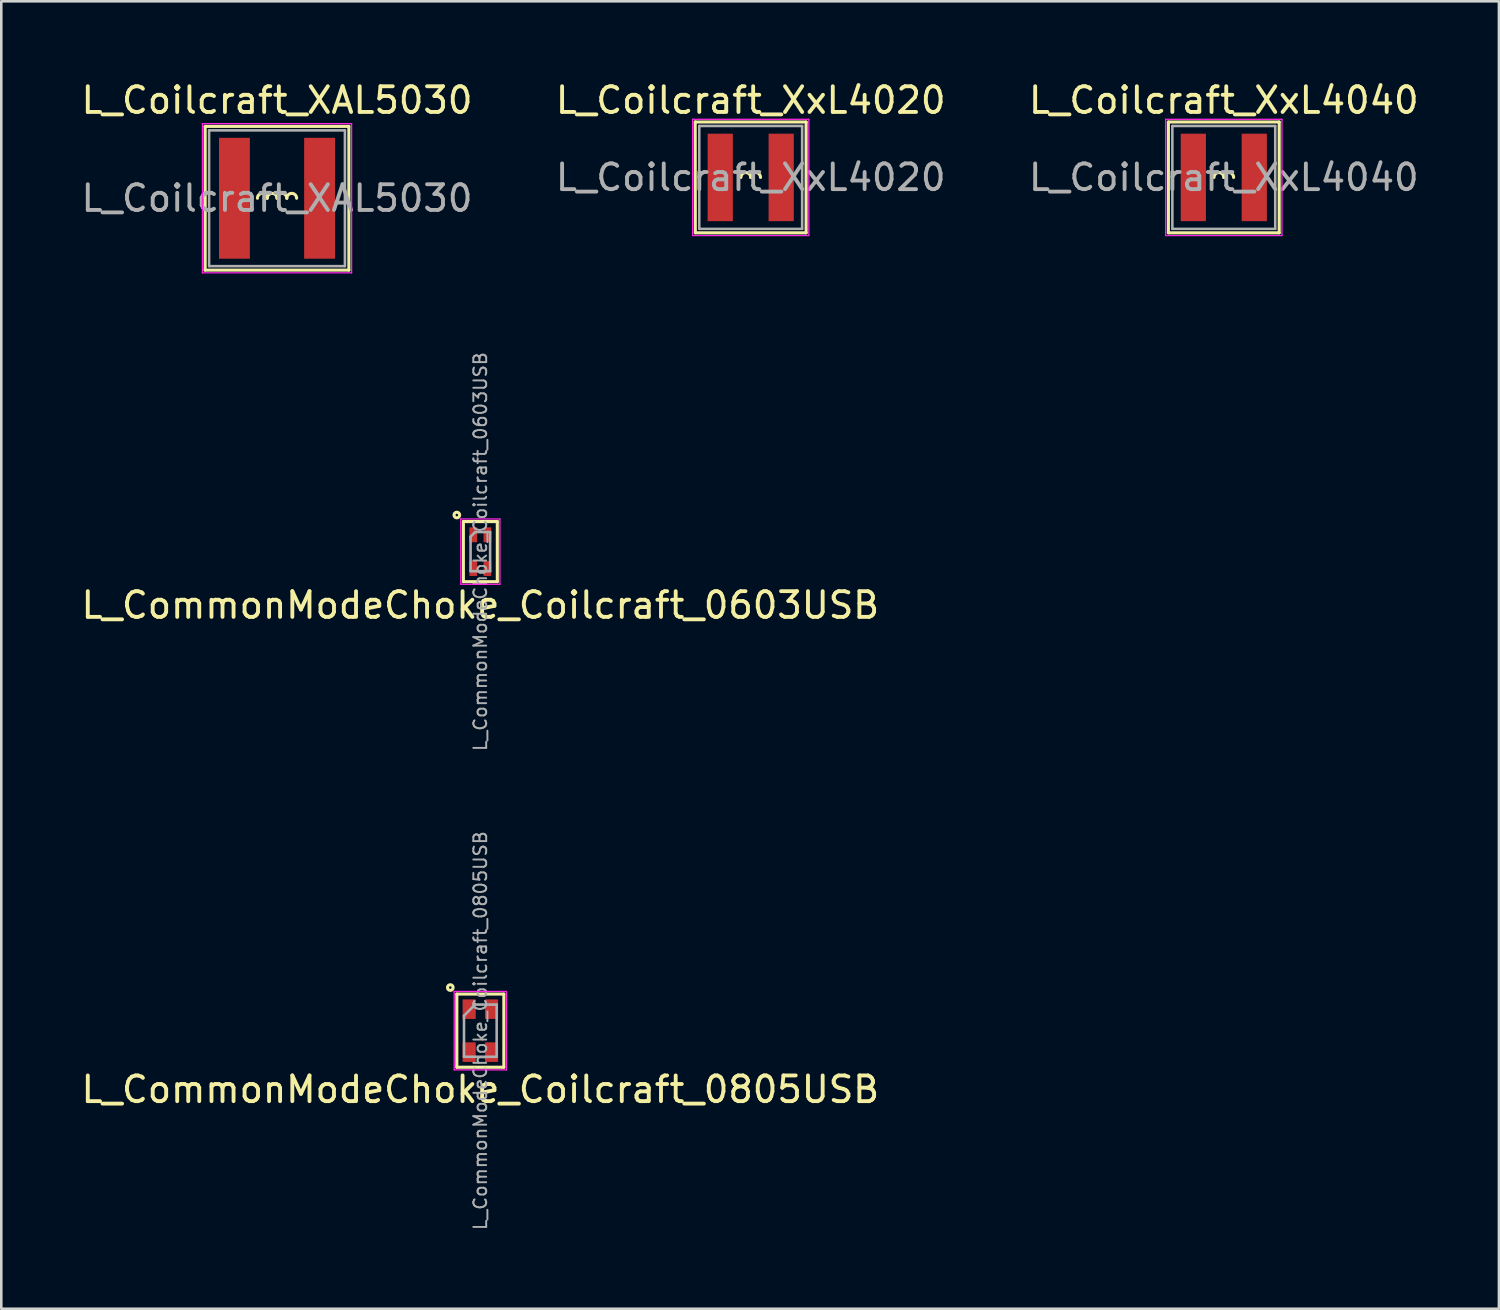
<source format=kicad_pcb>
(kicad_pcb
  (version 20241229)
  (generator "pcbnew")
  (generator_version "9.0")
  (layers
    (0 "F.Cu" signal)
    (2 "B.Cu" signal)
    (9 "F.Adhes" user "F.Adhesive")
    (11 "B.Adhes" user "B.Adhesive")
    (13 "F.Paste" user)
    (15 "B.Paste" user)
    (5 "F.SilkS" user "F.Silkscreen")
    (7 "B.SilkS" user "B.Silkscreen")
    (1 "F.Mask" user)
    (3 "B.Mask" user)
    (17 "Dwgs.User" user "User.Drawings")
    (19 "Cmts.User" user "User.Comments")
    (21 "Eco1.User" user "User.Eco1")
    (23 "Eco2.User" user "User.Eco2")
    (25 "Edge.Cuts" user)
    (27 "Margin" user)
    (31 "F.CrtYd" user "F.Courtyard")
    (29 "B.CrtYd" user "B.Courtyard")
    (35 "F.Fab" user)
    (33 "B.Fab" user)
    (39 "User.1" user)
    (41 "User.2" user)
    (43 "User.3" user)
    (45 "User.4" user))
  (footprint "L_Coilcraft_XxL4040"
    (layer "F.Cu")
    (at 44.53 3.848)
    (property "Reference" "L_Coilcraft_XxL4040" (at 0 -3 0) (layer "F.SilkS") (effects (font (size 1 1) (thickness 0.15))))
    (attr smd)
    (fp_line (start -2.154 -2.154) (end -2.154 2.154) (stroke (width 0.12) (type solid)) (layer "F.SilkS"))
    (fp_line (start -2.154 -2.154) (end 2.154 -2.154) (stroke (width 0.12) (type solid)) (layer "F.SilkS"))
    (fp_line (start 2.154 2.154) (end -2.154 2.154) (stroke (width 0.12) (type solid)) (layer "F.SilkS"))
    (fp_line (start 2.154 2.154) (end 2.154 -2.154) (stroke (width 0.12) (type solid)) (layer "F.SilkS"))
    (fp_arc (start -0.381 0) (mid -0.1905 -0.1905) (end 0 0) (stroke (width 0.12) (type solid)) (layer "F.SilkS"))
    (fp_arc (start 0 0) (mid 0.1905 -0.1905) (end 0.381 0) (stroke (width 0.12) (type solid)) (layer "F.SilkS"))
    (fp_line (start -2.26 -2.26) (end 2.26 -2.26) (stroke (width 0.05) (type solid)) (layer "F.CrtYd"))
    (fp_line (start -2.26 2.26) (end -2.26 -2.26) (stroke (width 0.05) (type solid)) (layer "F.CrtYd"))
    (fp_line (start 2.26 -2.26) (end 2.26 2.26) (stroke (width 0.05) (type solid)) (layer "F.CrtYd"))
    (fp_line (start 2.26 2.26) (end -2.26 2.26) (stroke (width 0.05) (type solid)) (layer "F.CrtYd"))
    (fp_line (start -2 -2) (end 2 -2) (stroke (width 0.1) (type solid)) (layer "F.Fab"))
    (fp_line (start -2 2) (end -2 -2) (stroke (width 0.1) (type solid)) (layer "F.Fab"))
    (fp_line (start 2 -2) (end 2 2) (stroke (width 0.1) (type solid)) (layer "F.Fab"))
    (fp_line (start 2 2) (end -2 2) (stroke (width 0.1) (type solid)) (layer "F.Fab"))
    (fp_text user "${REFERENCE}" (at 0 0 0) (layer "F.Fab") (effects (font (size 1 1) (thickness 0.15))))
    (pad "1" smd rect (at -1.185 0) (size 0.98 3.4) (layers "F.Cu" "F.Mask" "F.Paste"))
    (pad "2" smd rect (at 1.185 0) (size 0.98 3.4) (layers "F.Cu" "F.Mask" "F.Paste")))
  (footprint "L_Coilcraft_XxL4020"
    (layer "F.Cu")
    (at 26.137 3.848)
    (property "Reference" "L_Coilcraft_XxL4020" (at 0 -3 0) (layer "F.SilkS") (effects (font (size 1 1) (thickness 0.15))))
    (attr smd)
    (fp_line (start -2.159 -2.159) (end -2.154 2.154) (stroke (width 0.12) (type solid)) (layer "F.SilkS"))
    (fp_line (start -2.154 -2.154) (end 2.154 -2.154) (stroke (width 0.12) (type solid)) (layer "F.SilkS"))
    (fp_line (start 2.154 2.154) (end -2.154 2.154) (stroke (width 0.12) (type solid)) (layer "F.SilkS"))
    (fp_line (start 2.154 2.154) (end 2.154 -2.154) (stroke (width 0.12) (type solid)) (layer "F.SilkS"))
    (fp_arc (start -0.381 0) (mid -0.1905 -0.1905) (end 0 0) (stroke (width 0.12) (type solid)) (layer "F.SilkS"))
    (fp_arc (start 0 0) (mid 0.1905 -0.1905) (end 0.381 0) (stroke (width 0.12) (type solid)) (layer "F.SilkS"))
    (fp_line (start -2.26 -2.26) (end 2.26 -2.26) (stroke (width 0.05) (type solid)) (layer "F.CrtYd"))
    (fp_line (start -2.26 2.26) (end -2.26 -2.26) (stroke (width 0.05) (type solid)) (layer "F.CrtYd"))
    (fp_line (start 2.26 -2.26) (end 2.26 2.26) (stroke (width 0.05) (type solid)) (layer "F.CrtYd"))
    (fp_line (start 2.26 2.26) (end -2.26 2.26) (stroke (width 0.05) (type solid)) (layer "F.CrtYd"))
    (fp_line (start -2 -2) (end 2 -2) (stroke (width 0.1) (type solid)) (layer "F.Fab"))
    (fp_line (start -2 2) (end -2 -2) (stroke (width 0.1) (type solid)) (layer "F.Fab"))
    (fp_line (start 2 -2) (end 2 2) (stroke (width 0.1) (type solid)) (layer "F.Fab"))
    (fp_line (start 2 2) (end -2 2) (stroke (width 0.1) (type solid)) (layer "F.Fab"))
    (fp_text user "${REFERENCE}" (at 0 0 0) (layer "F.Fab") (effects (font (size 1 1) (thickness 0.15))))
    (pad "1" smd rect (at -1.185 0) (size 0.98 3.4) (layers "F.Cu" "F.Mask" "F.Paste"))
    (pad "2" smd rect (at 1.185 0) (size 0.98 3.4) (layers "F.Cu" "F.Mask" "F.Paste")))
  (footprint "L_CommonModeChoke_Coilcraft_0805USB"
    (layer "F.Cu")
    (at 15.625 37.021)
    (property "Reference" "L_CommonModeChoke_Coilcraft_0805USB" (at 0 2.286 0) (layer "F.SilkS") (effects (font (size 1 1) (thickness 0.15))))
    (attr smd)
    (fp_line (start -0.914 -1.422) (end 0.914 -1.422) (stroke (width 0.12) (type solid)) (layer "F.SilkS"))
    (fp_line (start -0.914 1.422) (end -0.914 -1.422) (stroke (width 0.12) (type solid)) (layer "F.SilkS"))
    (fp_line (start 0.914 -1.422) (end 0.914 1.422) (stroke (width 0.12) (type solid)) (layer "F.SilkS"))
    (fp_line (start 0.914 1.422) (end -0.914 1.422) (stroke (width 0.12) (type solid)) (layer "F.SilkS"))
    (fp_circle (center -1.168 -1.676) (end -1.118 -1.676) (stroke (width 0.12) (type solid)) (fill no) (layer "F.SilkS"))
    (fp_line (start -1.016 -1.524) (end 1.016 -1.524) (stroke (width 0.05) (type solid)) (layer "F.CrtYd"))
    (fp_line (start -1.016 1.524) (end -1.016 -1.524) (stroke (width 0.05) (type solid)) (layer "F.CrtYd"))
    (fp_line (start -1.016 1.524) (end 1.016 1.524) (stroke (width 0.05) (type solid)) (layer "F.CrtYd"))
    (fp_line (start 1.016 1.524) (end 1.016 -1.524) (stroke (width 0.05) (type solid)) (layer "F.CrtYd"))
    (fp_line (start -0.635 -0.58) (end -0.635 1.015) (stroke (width 0.1) (type solid)) (layer "F.Fab"))
    (fp_line (start -0.635 -0.58) (end -0.205 -1.015) (stroke (width 0.1) (type solid)) (layer "F.Fab"))
    (fp_line (start -0.635 1.015) (end 0.635 1.015) (stroke (width 0.1) (type solid)) (layer "F.Fab"))
    (fp_line (start -0.205 -1.015) (end 0.635 -1.015) (stroke (width 0.1) (type solid)) (layer "F.Fab"))
    (fp_line (start 0.635 -1.015) (end 0.635 1.015) (stroke (width 0.1) (type solid)) (layer "F.Fab"))
    (fp_text user "${REFERENCE}" (at 0 0 90) (layer "F.Fab") (effects (font (size 0.5 0.5) (thickness 0.075))))
    (pad "1" smd roundrect (at -0.435 -0.835) (size 0.51 0.76) (layers "F.Cu" "F.Mask" "F.Paste") (roundrect_rratio 0.05))
    (pad "2" smd roundrect (at -0.435 0.835) (size 0.51 0.76) (layers "F.Cu" "F.Mask" "F.Paste") (roundrect_rratio 0.05))
    (pad "3" smd roundrect (at 0.435 0.835) (size 0.51 0.76) (layers "F.Cu" "F.Mask" "F.Paste") (roundrect_rratio 0.05))
    (pad "4" smd roundrect (at 0.435 -0.835) (size 0.51 0.76) (layers "F.Cu" "F.Mask" "F.Paste") (roundrect_rratio 0.05)))
  (footprint "L_Coilcraft_XAL5030"
    (layer "F.Cu")
    (at 7.72 4.658)
    (property "Reference" "L_Coilcraft_XAL5030" (at 0 -3.81 0) (layer "F.SilkS") (effects (font (size 1 1) (thickness 0.15))))
    (attr smd)
    (fp_line (start -2.794 -2.794) (end -2.794 2.794) (stroke (width 0.12) (type solid)) (layer "F.SilkS"))
    (fp_line (start -2.794 -2.794) (end 2.794 -2.794) (stroke (width 0.12) (type solid)) (layer "F.SilkS"))
    (fp_line (start 2.794 2.794) (end -2.794 2.794) (stroke (width 0.12) (type solid)) (layer "F.SilkS"))
    (fp_line (start 2.794 2.794) (end 2.794 -2.794) (stroke (width 0.12) (type solid)) (layer "F.SilkS"))
    (fp_arc (start -0.762 0) (mid -0.5715 -0.1905) (end -0.381 0) (stroke (width 0.12) (type solid)) (layer "F.SilkS"))
    (fp_arc (start -0.381 0) (mid -0.1905 -0.1905) (end 0 0) (stroke (width 0.12) (type solid)) (layer "F.SilkS"))
    (fp_arc (start 0 0) (mid 0.1905 -0.1905) (end 0.381 0) (stroke (width 0.12) (type solid)) (layer "F.SilkS"))
    (fp_arc (start 0.381 0) (mid 0.5715 -0.1905) (end 0.762 0) (stroke (width 0.12) (type solid)) (layer "F.SilkS"))
    (fp_line (start -2.9 -2.9) (end 2.9 -2.9) (stroke (width 0.05) (type solid)) (layer "F.CrtYd"))
    (fp_line (start -2.9 2.9) (end -2.9 -2.9) (stroke (width 0.05) (type solid)) (layer "F.CrtYd"))
    (fp_line (start 2.9 -2.9) (end 2.9 2.9) (stroke (width 0.05) (type solid)) (layer "F.CrtYd"))
    (fp_line (start 2.9 2.9) (end -2.9 2.9) (stroke (width 0.05) (type solid)) (layer "F.CrtYd"))
    (fp_line (start -2.64 -2.64) (end 2.64 -2.64) (stroke (width 0.1) (type solid)) (layer "F.Fab"))
    (fp_line (start -2.64 2.64) (end -2.64 -2.64) (stroke (width 0.1) (type solid)) (layer "F.Fab"))
    (fp_line (start 2.64 -2.64) (end 2.64 2.64) (stroke (width 0.1) (type solid)) (layer "F.Fab"))
    (fp_line (start 2.64 2.64) (end -2.64 2.64) (stroke (width 0.1) (type solid)) (layer "F.Fab"))
    (fp_text user "${REFERENCE}" (at 0 0 0) (layer "F.Fab") (effects (font (size 1 1) (thickness 0.15))))
    (pad "1" smd rect (at -1.655 0) (size 1.2 4.7) (layers "F.Cu" "F.Mask" "F.Paste"))
    (pad "2" smd rect (at 1.655 0) (size 1.2 4.7) (layers "F.Cu" "F.Mask" "F.Paste")))
  (footprint "L_CommonModeChoke_Coilcraft_0603USB"
    (layer "F.Cu")
    (at 15.625 18.396)
    (property "Reference" "L_CommonModeChoke_Coilcraft_0603USB" (at 0 2.083 0) (layer "F.SilkS") (effects (font (size 1 1) (thickness 0.15))))
    (attr smd)
    (fp_line (start -0.66 -1.168) (end 0.66 -1.168) (stroke (width 0.12) (type solid)) (layer "F.SilkS"))
    (fp_line (start -0.66 1.168) (end -0.66 -1.168) (stroke (width 0.12) (type solid)) (layer "F.SilkS"))
    (fp_line (start 0.66 -1.168) (end 0.66 1.168) (stroke (width 0.12) (type solid)) (layer "F.SilkS"))
    (fp_line (start 0.66 1.168) (end -0.66 1.168) (stroke (width 0.12) (type solid)) (layer "F.SilkS"))
    (fp_circle (center -0.914 -1.422) (end -0.864 -1.422) (stroke (width 0.12) (type solid)) (fill no) (layer "F.SilkS"))
    (fp_line (start -0.762 -1.27) (end 0.762 -1.27) (stroke (width 0.05) (type solid)) (layer "F.CrtYd"))
    (fp_line (start -0.762 1.27) (end -0.762 -1.27) (stroke (width 0.05) (type solid)) (layer "F.CrtYd"))
    (fp_line (start -0.762 1.27) (end 0.762 1.27) (stroke (width 0.05) (type solid)) (layer "F.CrtYd"))
    (fp_line (start 0.762 1.27) (end 0.762 -1.27) (stroke (width 0.05) (type solid)) (layer "F.CrtYd"))
    (fp_line (start -0.38 -0.58) (end -0.38 0.76) (stroke (width 0.1) (type solid)) (layer "F.Fab"))
    (fp_line (start -0.38 -0.58) (end -0.2 -0.76) (stroke (width 0.1) (type solid)) (layer "F.Fab"))
    (fp_line (start -0.38 0.76) (end 0.38 0.76) (stroke (width 0.1) (type solid)) (layer "F.Fab"))
    (fp_line (start -0.2 -0.76) (end 0.38 -0.76) (stroke (width 0.1) (type solid)) (layer "F.Fab"))
    (fp_line (start 0.38 -0.76) (end 0.38 0.76) (stroke (width 0.1) (type solid)) (layer "F.Fab"))
    (fp_text user "${REFERENCE}" (at 0 0 90) (layer "F.Fab") (effects (font (size 0.5 0.5) (thickness 0.075))))
    (pad "1" smd roundrect (at -0.275 -0.655) (size 0.3 0.58) (layers "F.Cu" "F.Mask" "F.Paste") (roundrect_rratio 0.05))
    (pad "2" smd roundrect (at -0.275 0.655) (size 0.3 0.58) (layers "F.Cu" "F.Mask" "F.Paste") (roundrect_rratio 0.05))
    (pad "3" smd roundrect (at 0.275 0.655) (size 0.3 0.58) (layers "F.Cu" "F.Mask" "F.Paste") (roundrect_rratio 0.05))
    (pad "4" smd roundrect (at 0.275 -0.655) (size 0.3 0.58) (layers "F.Cu" "F.Mask" "F.Paste") (roundrect_rratio 0.05)))
  (gr_rect
    (start -3 -3)
    (end 55.226 47.833)
    (stroke (width 0.1) (type default))
    (fill no)
    (layer "Edge.Cuts")))
</source>
